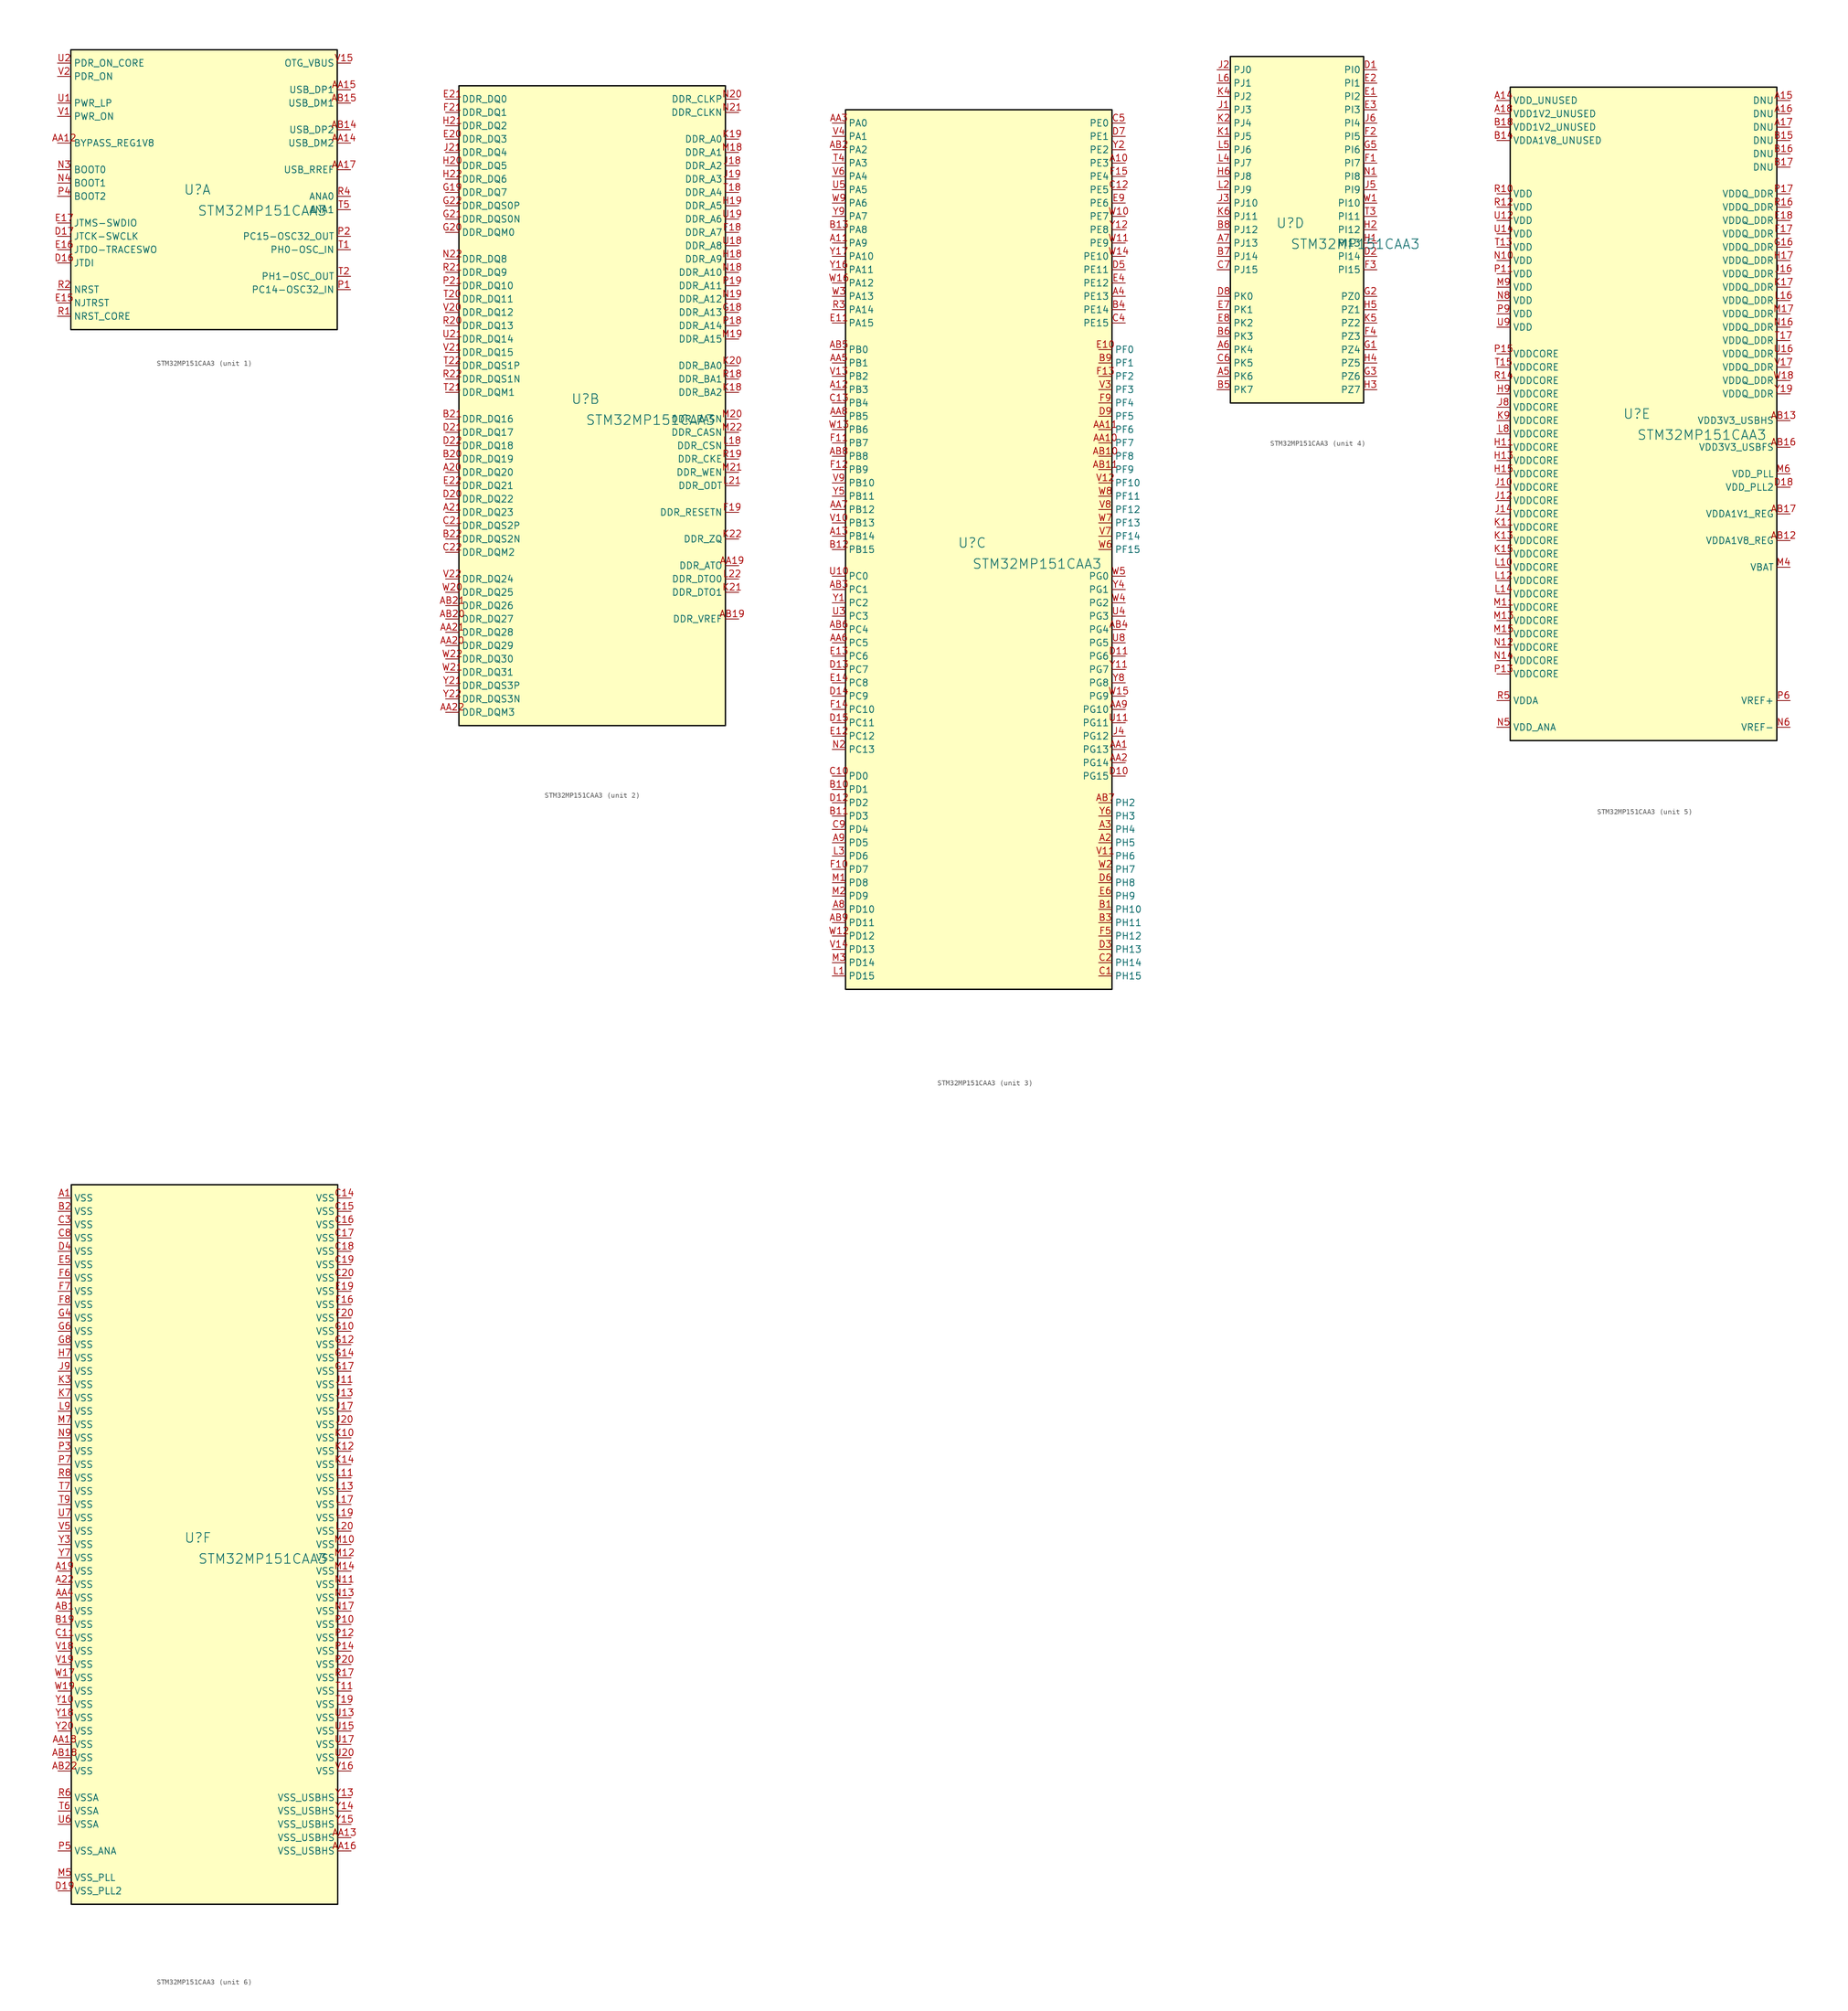
<source format=kicad_sym>
(kicad_symbol_lib
  (version 20231120)
  (generator "kicad_symbol_editor")
  (generator_version "8.0")
  (symbol "STM32MP151CAA3"
    (property "Reference" "U"
      (at -1.27 1.27 0)
      (effects (font (size 1.829 1.829))))
    (property "Value" "STM32MP151CAA3"
      (at -1.27 -3.81 0)
      (effects (font (size 1.829 1.829)) (justify left bottom)))
    (symbol "STM32MP151CAA3_1_0"
      (rectangle (start 25.4 27.94) (end -25.4 -25.4) (stroke (width 0.254) (type solid) (color 0 0 0 1)) (fill (type background)))
      (pin input line (at -27.94 10.16 0) (length 2.54) (name "BYPASS_REG1V8" (effects (font (size 1.27 1.27)))) (number "AA12" (effects (font (size 1.27 1.27)))))
      (pin passive line (at 27.94 10.16 180) (length 2.54) (name "USB_DM2" (effects (font (size 1.27 1.27)))) (number "AA14" (effects (font (size 1.27 1.27)))))
      (pin passive line (at 27.94 20.32 180) (length 2.54) (name "USB_DP1" (effects (font (size 1.27 1.27)))) (number "AA15" (effects (font (size 1.27 1.27)))))
      (pin passive line (at 27.94 5.08 180) (length 2.54) (name "USB_RREF" (effects (font (size 1.27 1.27)))) (number "AA17" (effects (font (size 1.27 1.27)))))
      (pin passive line (at 27.94 12.7 180) (length 2.54) (name "USB_DP2" (effects (font (size 1.27 1.27)))) (number "AB14" (effects (font (size 1.27 1.27)))))
      (pin passive line (at 27.94 17.78 180) (length 2.54) (name "USB_DM1" (effects (font (size 1.27 1.27)))) (number "AB15" (effects (font (size 1.27 1.27)))))
      (pin input line (at -27.94 -12.7 0) (length 2.54) (name "JTDI" (effects (font (size 1.27 1.27)))) (number "D16" (effects (font (size 1.27 1.27)))))
      (pin input line (at -27.94 -7.62 0) (length 2.54) (name "JTCK-SWCLK" (effects (font (size 1.27 1.27)))) (number "D17" (effects (font (size 1.27 1.27)))))
      (pin input line (at -27.94 -20.32 0) (length 2.54) (name "NJTRST" (effects (font (size 1.27 1.27)))) (number "E15" (effects (font (size 1.27 1.27)))))
      (pin output line (at -27.94 -10.16 0) (length 2.54) (name "JTDO-TRACESWO" (effects (font (size 1.27 1.27)))) (number "E16" (effects (font (size 1.27 1.27)))))
      (pin bidirectional line (at -27.94 -5.08 0) (length 2.54) (name "JTMS-SWDIO" (effects (font (size 1.27 1.27)))) (number "E17" (effects (font (size 1.27 1.27)))))
      (pin input line (at -27.94 5.08 0) (length 2.54) (name "BOOT0" (effects (font (size 1.27 1.27)))) (number "N3" (effects (font (size 1.27 1.27)))))
      (pin input line (at -27.94 2.54 0) (length 2.54) (name "BOOT1" (effects (font (size 1.27 1.27)))) (number "N4" (effects (font (size 1.27 1.27)))))
      (pin bidirectional line (at 27.94 -17.78 180) (length 2.54) (name "PC14-OSC32_IN" (effects (font (size 1.27 1.27)))) (number "P1" (effects (font (size 1.27 1.27)))))
      (pin bidirectional line (at 27.94 -7.62 180) (length 2.54) (name "PC15-OSC32_OUT" (effects (font (size 1.27 1.27)))) (number "P2" (effects (font (size 1.27 1.27)))))
      (pin input line (at -27.94 0 0) (length 2.54) (name "BOOT2" (effects (font (size 1.27 1.27)))) (number "P4" (effects (font (size 1.27 1.27)))))
      (pin input line (at -27.94 -22.86 0) (length 2.54) (name "NRST_CORE" (effects (font (size 1.27 1.27)))) (number "R1" (effects (font (size 1.27 1.27)))))
      (pin input line (at -27.94 -17.78 0) (length 2.54) (name "NRST" (effects (font (size 1.27 1.27)))) (number "R2" (effects (font (size 1.27 1.27)))))
      (pin passive line (at 27.94 0 180) (length 2.54) (name "ANA0" (effects (font (size 1.27 1.27)))) (number "R4" (effects (font (size 1.27 1.27)))))
      (pin bidirectional line (at 27.94 -10.16 180) (length 2.54) (name "PH0-OSC_IN" (effects (font (size 1.27 1.27)))) (number "T1" (effects (font (size 1.27 1.27)))))
      (pin bidirectional line (at 27.94 -15.24 180) (length 2.54) (name "PH1-OSC_OUT" (effects (font (size 1.27 1.27)))) (number "T2" (effects (font (size 1.27 1.27)))))
      (pin passive line (at 27.94 -2.54 180) (length 2.54) (name "ANA1" (effects (font (size 1.27 1.27)))) (number "T5" (effects (font (size 1.27 1.27)))))
      (pin output line (at -27.94 17.78 0) (length 2.54) (name "PWR_LP" (effects (font (size 1.27 1.27)))) (number "U1" (effects (font (size 1.27 1.27)))))
      (pin input line (at -27.94 25.4 0) (length 2.54) (name "PDR_ON_CORE" (effects (font (size 1.27 1.27)))) (number "U2" (effects (font (size 1.27 1.27)))))
      (pin output line (at -27.94 15.24 0) (length 2.54) (name "PWR_ON" (effects (font (size 1.27 1.27)))) (number "V1" (effects (font (size 1.27 1.27)))))
      (pin passive line (at 27.94 25.4 180) (length 2.54) (name "OTG_VBUS" (effects (font (size 1.27 1.27)))) (number "V15" (effects (font (size 1.27 1.27)))))
      (pin input line (at -27.94 22.86 0) (length 2.54) (name "PDR_ON" (effects (font (size 1.27 1.27)))) (number "V2" (effects (font (size 1.27 1.27))))))
    (symbol "STM32MP151CAA3_2_0"
      (rectangle (start 25.4 60.96) (end -25.4 -60.96) (stroke (width 0.254) (type solid) (color 0 0 0 1)) (fill (type background)))
      (pin bidirectional line (at -27.94 -12.7 0) (length 2.54) (name "DDR_DQ20" (effects (font (size 1.27 1.27)))) (number "A20" (effects (font (size 1.27 1.27)))))
      (pin bidirectional line (at -27.94 -20.32 0) (length 2.54) (name "DDR_DQ23" (effects (font (size 1.27 1.27)))) (number "A21" (effects (font (size 1.27 1.27)))))
      (pin passive line (at 27.94 -30.48 180) (length 2.54) (name "DDR_ATO" (effects (font (size 1.27 1.27)))) (number "AA19" (effects (font (size 1.27 1.27)))))
      (pin bidirectional line (at -27.94 -45.72 0) (length 2.54) (name "DDR_DQ29" (effects (font (size 1.27 1.27)))) (number "AA20" (effects (font (size 1.27 1.27)))))
      (pin bidirectional line (at -27.94 -43.18 0) (length 2.54) (name "DDR_DQ28" (effects (font (size 1.27 1.27)))) (number "AA21" (effects (font (size 1.27 1.27)))))
      (pin output line (at -27.94 -58.42 0) (length 2.54) (name "DDR_DQM3" (effects (font (size 1.27 1.27)))) (number "AA22" (effects (font (size 1.27 1.27)))))
      (pin passive line (at 27.94 -40.64 180) (length 2.54) (name "DDR_VREF" (effects (font (size 1.27 1.27)))) (number "AB19" (effects (font (size 1.27 1.27)))))
      (pin bidirectional line (at -27.94 -40.64 0) (length 2.54) (name "DDR_DQ27" (effects (font (size 1.27 1.27)))) (number "AB20" (effects (font (size 1.27 1.27)))))
      (pin bidirectional line (at -27.94 -38.1 0) (length 2.54) (name "DDR_DQ26" (effects (font (size 1.27 1.27)))) (number "AB21" (effects (font (size 1.27 1.27)))))
      (pin bidirectional line (at -27.94 -10.16 0) (length 2.54) (name "DDR_DQ19" (effects (font (size 1.27 1.27)))) (number "B20" (effects (font (size 1.27 1.27)))))
      (pin bidirectional line (at -27.94 -2.54 0) (length 2.54) (name "DDR_DQ16" (effects (font (size 1.27 1.27)))) (number "B21" (effects (font (size 1.27 1.27)))))
      (pin bidirectional line (at -27.94 -25.4 0) (length 2.54) (name "DDR_DQS2N" (effects (font (size 1.27 1.27)))) (number "B22" (effects (font (size 1.27 1.27)))))
      (pin bidirectional line (at -27.94 -22.86 0) (length 2.54) (name "DDR_DQS2P" (effects (font (size 1.27 1.27)))) (number "C21" (effects (font (size 1.27 1.27)))))
      (pin output line (at -27.94 -27.94 0) (length 2.54) (name "DDR_DQM2" (effects (font (size 1.27 1.27)))) (number "C22" (effects (font (size 1.27 1.27)))))
      (pin bidirectional line (at -27.94 -17.78 0) (length 2.54) (name "DDR_DQ22" (effects (font (size 1.27 1.27)))) (number "D20" (effects (font (size 1.27 1.27)))))
      (pin bidirectional line (at -27.94 -5.08 0) (length 2.54) (name "DDR_DQ17" (effects (font (size 1.27 1.27)))) (number "D21" (effects (font (size 1.27 1.27)))))
      (pin bidirectional line (at -27.94 -7.62 0) (length 2.54) (name "DDR_DQ18" (effects (font (size 1.27 1.27)))) (number "D22" (effects (font (size 1.27 1.27)))))
      (pin bidirectional line (at -27.94 50.8 0) (length 2.54) (name "DDR_DQ3" (effects (font (size 1.27 1.27)))) (number "E20" (effects (font (size 1.27 1.27)))))
      (pin bidirectional line (at -27.94 58.42 0) (length 2.54) (name "DDR_DQ0" (effects (font (size 1.27 1.27)))) (number "E21" (effects (font (size 1.27 1.27)))))
      (pin bidirectional line (at -27.94 -15.24 0) (length 2.54) (name "DDR_DQ21" (effects (font (size 1.27 1.27)))) (number "E22" (effects (font (size 1.27 1.27)))))
      (pin output line (at 27.94 33.02 180) (length 2.54) (name "DDR_A7" (effects (font (size 1.27 1.27)))) (number "F18" (effects (font (size 1.27 1.27)))))
      (pin output line (at 27.94 -20.32 180) (length 2.54) (name "DDR_RESETN" (effects (font (size 1.27 1.27)))) (number "F19" (effects (font (size 1.27 1.27)))))
      (pin bidirectional line (at -27.94 55.88 0) (length 2.54) (name "DDR_DQ1" (effects (font (size 1.27 1.27)))) (number "F21" (effects (font (size 1.27 1.27)))))
      (pin output line (at 27.94 17.78 180) (length 2.54) (name "DDR_A13" (effects (font (size 1.27 1.27)))) (number "G18" (effects (font (size 1.27 1.27)))))
      (pin bidirectional line (at -27.94 40.64 0) (length 2.54) (name "DDR_DQ7" (effects (font (size 1.27 1.27)))) (number "G19" (effects (font (size 1.27 1.27)))))
      (pin output line (at -27.94 33.02 0) (length 2.54) (name "DDR_DQM0" (effects (font (size 1.27 1.27)))) (number "G20" (effects (font (size 1.27 1.27)))))
      (pin bidirectional line (at -27.94 35.56 0) (length 2.54) (name "DDR_DQS0N" (effects (font (size 1.27 1.27)))) (number "G21" (effects (font (size 1.27 1.27)))))
      (pin bidirectional line (at -27.94 38.1 0) (length 2.54) (name "DDR_DQS0P" (effects (font (size 1.27 1.27)))) (number "G22" (effects (font (size 1.27 1.27)))))
      (pin output line (at 27.94 27.94 180) (length 2.54) (name "DDR_A9" (effects (font (size 1.27 1.27)))) (number "H18" (effects (font (size 1.27 1.27)))))
      (pin output line (at 27.94 38.1 180) (length 2.54) (name "DDR_A5" (effects (font (size 1.27 1.27)))) (number "H19" (effects (font (size 1.27 1.27)))))
      (pin bidirectional line (at -27.94 45.72 0) (length 2.54) (name "DDR_DQ5" (effects (font (size 1.27 1.27)))) (number "H20" (effects (font (size 1.27 1.27)))))
      (pin bidirectional line (at -27.94 53.34 0) (length 2.54) (name "DDR_DQ2" (effects (font (size 1.27 1.27)))) (number "H21" (effects (font (size 1.27 1.27)))))
      (pin bidirectional line (at -27.94 43.18 0) (length 2.54) (name "DDR_DQ6" (effects (font (size 1.27 1.27)))) (number "H22" (effects (font (size 1.27 1.27)))))
      (pin output line (at 27.94 45.72 180) (length 2.54) (name "DDR_A2" (effects (font (size 1.27 1.27)))) (number "J18" (effects (font (size 1.27 1.27)))))
      (pin output line (at 27.94 43.18 180) (length 2.54) (name "DDR_A3" (effects (font (size 1.27 1.27)))) (number "J19" (effects (font (size 1.27 1.27)))))
      (pin bidirectional line (at -27.94 48.26 0) (length 2.54) (name "DDR_DQ4" (effects (font (size 1.27 1.27)))) (number "J21" (effects (font (size 1.27 1.27)))))
      (pin output line (at 27.94 2.54 180) (length 2.54) (name "DDR_BA2" (effects (font (size 1.27 1.27)))) (number "K18" (effects (font (size 1.27 1.27)))))
      (pin output line (at 27.94 50.8 180) (length 2.54) (name "DDR_A0" (effects (font (size 1.27 1.27)))) (number "K19" (effects (font (size 1.27 1.27)))))
      (pin output line (at 27.94 7.62 180) (length 2.54) (name "DDR_BA0" (effects (font (size 1.27 1.27)))) (number "K20" (effects (font (size 1.27 1.27)))))
      (pin output line (at 27.94 -35.56 180) (length 2.54) (name "DDR_DTO1" (effects (font (size 1.27 1.27)))) (number "K21" (effects (font (size 1.27 1.27)))))
      (pin passive line (at 27.94 -25.4 180) (length 2.54) (name "DDR_ZQ" (effects (font (size 1.27 1.27)))) (number "K22" (effects (font (size 1.27 1.27)))))
      (pin output line (at 27.94 -7.62 180) (length 2.54) (name "DDR_CSN" (effects (font (size 1.27 1.27)))) (number "L18" (effects (font (size 1.27 1.27)))))
      (pin output line (at 27.94 -15.24 180) (length 2.54) (name "DDR_ODT" (effects (font (size 1.27 1.27)))) (number "L21" (effects (font (size 1.27 1.27)))))
      (pin output line (at 27.94 -33.02 180) (length 2.54) (name "DDR_DTO0" (effects (font (size 1.27 1.27)))) (number "L22" (effects (font (size 1.27 1.27)))))
      (pin output line (at 27.94 48.26 180) (length 2.54) (name "DDR_A1" (effects (font (size 1.27 1.27)))) (number "M18" (effects (font (size 1.27 1.27)))))
      (pin output line (at 27.94 12.7 180) (length 2.54) (name "DDR_A15" (effects (font (size 1.27 1.27)))) (number "M19" (effects (font (size 1.27 1.27)))))
      (pin output line (at 27.94 -2.54 180) (length 2.54) (name "DDR_RASN" (effects (font (size 1.27 1.27)))) (number "M20" (effects (font (size 1.27 1.27)))))
      (pin output line (at 27.94 -12.7 180) (length 2.54) (name "DDR_WEN" (effects (font (size 1.27 1.27)))) (number "M21" (effects (font (size 1.27 1.27)))))
      (pin output line (at 27.94 -5.08 180) (length 2.54) (name "DDR_CASN" (effects (font (size 1.27 1.27)))) (number "M22" (effects (font (size 1.27 1.27)))))
      (pin output line (at 27.94 25.4 180) (length 2.54) (name "DDR_A10" (effects (font (size 1.27 1.27)))) (number "N18" (effects (font (size 1.27 1.27)))))
      (pin output line (at 27.94 20.32 180) (length 2.54) (name "DDR_A12" (effects (font (size 1.27 1.27)))) (number "N19" (effects (font (size 1.27 1.27)))))
      (pin output line (at 27.94 58.42 180) (length 2.54) (name "DDR_CLKP" (effects (font (size 1.27 1.27)))) (number "N20" (effects (font (size 1.27 1.27)))))
      (pin output line (at 27.94 55.88 180) (length 2.54) (name "DDR_CLKN" (effects (font (size 1.27 1.27)))) (number "N21" (effects (font (size 1.27 1.27)))))
      (pin bidirectional line (at -27.94 27.94 0) (length 2.54) (name "DDR_DQ8" (effects (font (size 1.27 1.27)))) (number "N22" (effects (font (size 1.27 1.27)))))
      (pin output line (at 27.94 15.24 180) (length 2.54) (name "DDR_A14" (effects (font (size 1.27 1.27)))) (number "P18" (effects (font (size 1.27 1.27)))))
      (pin output line (at 27.94 22.86 180) (length 2.54) (name "DDR_A11" (effects (font (size 1.27 1.27)))) (number "P19" (effects (font (size 1.27 1.27)))))
      (pin bidirectional line (at -27.94 22.86 0) (length 2.54) (name "DDR_DQ10" (effects (font (size 1.27 1.27)))) (number "P21" (effects (font (size 1.27 1.27)))))
      (pin output line (at 27.94 5.08 180) (length 2.54) (name "DDR_BA1" (effects (font (size 1.27 1.27)))) (number "R18" (effects (font (size 1.27 1.27)))))
      (pin output line (at 27.94 -10.16 180) (length 2.54) (name "DDR_CKE" (effects (font (size 1.27 1.27)))) (number "R19" (effects (font (size 1.27 1.27)))))
      (pin bidirectional line (at -27.94 15.24 0) (length 2.54) (name "DDR_DQ13" (effects (font (size 1.27 1.27)))) (number "R20" (effects (font (size 1.27 1.27)))))
      (pin bidirectional line (at -27.94 25.4 0) (length 2.54) (name "DDR_DQ9" (effects (font (size 1.27 1.27)))) (number "R21" (effects (font (size 1.27 1.27)))))
      (pin bidirectional line (at -27.94 5.08 0) (length 2.54) (name "DDR_DQS1N" (effects (font (size 1.27 1.27)))) (number "R22" (effects (font (size 1.27 1.27)))))
      (pin output line (at 27.94 40.64 180) (length 2.54) (name "DDR_A4" (effects (font (size 1.27 1.27)))) (number "T18" (effects (font (size 1.27 1.27)))))
      (pin bidirectional line (at -27.94 20.32 0) (length 2.54) (name "DDR_DQ11" (effects (font (size 1.27 1.27)))) (number "T20" (effects (font (size 1.27 1.27)))))
      (pin output line (at -27.94 2.54 0) (length 2.54) (name "DDR_DQM1" (effects (font (size 1.27 1.27)))) (number "T21" (effects (font (size 1.27 1.27)))))
      (pin bidirectional line (at -27.94 7.62 0) (length 2.54) (name "DDR_DQS1P" (effects (font (size 1.27 1.27)))) (number "T22" (effects (font (size 1.27 1.27)))))
      (pin output line (at 27.94 30.48 180) (length 2.54) (name "DDR_A8" (effects (font (size 1.27 1.27)))) (number "U18" (effects (font (size 1.27 1.27)))))
      (pin output line (at 27.94 35.56 180) (length 2.54) (name "DDR_A6" (effects (font (size 1.27 1.27)))) (number "U19" (effects (font (size 1.27 1.27)))))
      (pin bidirectional line (at -27.94 12.7 0) (length 2.54) (name "DDR_DQ14" (effects (font (size 1.27 1.27)))) (number "U21" (effects (font (size 1.27 1.27)))))
      (pin bidirectional line (at -27.94 17.78 0) (length 2.54) (name "DDR_DQ12" (effects (font (size 1.27 1.27)))) (number "V20" (effects (font (size 1.27 1.27)))))
      (pin bidirectional line (at -27.94 10.16 0) (length 2.54) (name "DDR_DQ15" (effects (font (size 1.27 1.27)))) (number "V21" (effects (font (size 1.27 1.27)))))
      (pin bidirectional line (at -27.94 -33.02 0) (length 2.54) (name "DDR_DQ24" (effects (font (size 1.27 1.27)))) (number "V22" (effects (font (size 1.27 1.27)))))
      (pin bidirectional line (at -27.94 -35.56 0) (length 2.54) (name "DDR_DQ25" (effects (font (size 1.27 1.27)))) (number "W20" (effects (font (size 1.27 1.27)))))
      (pin bidirectional line (at -27.94 -50.8 0) (length 2.54) (name "DDR_DQ31" (effects (font (size 1.27 1.27)))) (number "W21" (effects (font (size 1.27 1.27)))))
      (pin bidirectional line (at -27.94 -48.26 0) (length 2.54) (name "DDR_DQ30" (effects (font (size 1.27 1.27)))) (number "W22" (effects (font (size 1.27 1.27)))))
      (pin bidirectional line (at -27.94 -53.34 0) (length 2.54) (name "DDR_DQS3P" (effects (font (size 1.27 1.27)))) (number "Y21" (effects (font (size 1.27 1.27)))))
      (pin bidirectional line (at -27.94 -55.88 0) (length 2.54) (name "DDR_DQS3N" (effects (font (size 1.27 1.27)))) (number "Y22" (effects (font (size 1.27 1.27))))))
    (symbol "STM32MP151CAA3_3_0"
      (rectangle (start 25.4 83.82) (end -25.4 -83.82) (stroke (width 0.254) (type solid) (color 0 0 0 1)) (fill (type background)))
      (pin bidirectional line (at 27.94 73.66 180) (length 2.54) (name "PE3" (effects (font (size 1.27 1.27)))) (number "A10" (effects (font (size 1.27 1.27)))))
      (pin bidirectional line (at -27.94 58.42 0) (length 2.54) (name "PA9" (effects (font (size 1.27 1.27)))) (number "A11" (effects (font (size 1.27 1.27)))))
      (pin bidirectional line (at -27.94 30.48 0) (length 2.54) (name "PB3" (effects (font (size 1.27 1.27)))) (number "A12" (effects (font (size 1.27 1.27)))))
      (pin bidirectional line (at -27.94 2.54 0) (length 2.54) (name "PB14" (effects (font (size 1.27 1.27)))) (number "A13" (effects (font (size 1.27 1.27)))))
      (pin bidirectional line (at 22.86 -55.88 0) (length 2.54) (name "PH5" (effects (font (size 1.27 1.27)))) (number "A2" (effects (font (size 1.27 1.27)))))
      (pin bidirectional line (at 22.86 -53.34 0) (length 2.54) (name "PH4" (effects (font (size 1.27 1.27)))) (number "A3" (effects (font (size 1.27 1.27)))))
      (pin bidirectional line (at 27.94 48.26 180) (length 2.54) (name "PE13" (effects (font (size 1.27 1.27)))) (number "A4" (effects (font (size 1.27 1.27)))))
      (pin bidirectional line (at -27.94 -68.58 0) (length 2.54) (name "PD10" (effects (font (size 1.27 1.27)))) (number "A8" (effects (font (size 1.27 1.27)))))
      (pin bidirectional line (at -27.94 -55.88 0) (length 2.54) (name "PD5" (effects (font (size 1.27 1.27)))) (number "A9" (effects (font (size 1.27 1.27)))))
      (pin bidirectional line (at 27.94 -38.1 180) (length 2.54) (name "PG13" (effects (font (size 1.27 1.27)))) (number "AA1" (effects (font (size 1.27 1.27)))))
      (pin bidirectional line (at 22.86 20.32 0) (length 2.54) (name "PF7" (effects (font (size 1.27 1.27)))) (number "AA10" (effects (font (size 1.27 1.27)))))
      (pin bidirectional line (at 22.86 22.86 0) (length 2.54) (name "PF6" (effects (font (size 1.27 1.27)))) (number "AA11" (effects (font (size 1.27 1.27)))))
      (pin bidirectional line (at 27.94 -40.64 180) (length 2.54) (name "PG14" (effects (font (size 1.27 1.27)))) (number "AA2" (effects (font (size 1.27 1.27)))))
      (pin bidirectional line (at -27.94 81.28 0) (length 2.54) (name "PA0" (effects (font (size 1.27 1.27)))) (number "AA3" (effects (font (size 1.27 1.27)))))
      (pin bidirectional line (at -27.94 35.56 0) (length 2.54) (name "PB1" (effects (font (size 1.27 1.27)))) (number "AA5" (effects (font (size 1.27 1.27)))))
      (pin bidirectional line (at -27.94 -17.78 0) (length 2.54) (name "PC5" (effects (font (size 1.27 1.27)))) (number "AA6" (effects (font (size 1.27 1.27)))))
      (pin bidirectional line (at -27.94 7.62 0) (length 2.54) (name "PB12" (effects (font (size 1.27 1.27)))) (number "AA7" (effects (font (size 1.27 1.27)))))
      (pin bidirectional line (at -27.94 25.4 0) (length 2.54) (name "PB5" (effects (font (size 1.27 1.27)))) (number "AA8" (effects (font (size 1.27 1.27)))))
      (pin bidirectional line (at 27.94 -30.48 180) (length 2.54) (name "PG10" (effects (font (size 1.27 1.27)))) (number "AA9" (effects (font (size 1.27 1.27)))))
      (pin bidirectional line (at 22.86 17.78 0) (length 2.54) (name "PF8" (effects (font (size 1.27 1.27)))) (number "AB10" (effects (font (size 1.27 1.27)))))
      (pin bidirectional line (at 22.86 15.24 0) (length 2.54) (name "PF9" (effects (font (size 1.27 1.27)))) (number "AB11" (effects (font (size 1.27 1.27)))))
      (pin bidirectional line (at -27.94 76.2 0) (length 2.54) (name "PA2" (effects (font (size 1.27 1.27)))) (number "AB2" (effects (font (size 1.27 1.27)))))
      (pin bidirectional line (at -27.94 -7.62 0) (length 2.54) (name "PC1" (effects (font (size 1.27 1.27)))) (number "AB3" (effects (font (size 1.27 1.27)))))
      (pin bidirectional line (at 27.94 -15.24 180) (length 2.54) (name "PG4" (effects (font (size 1.27 1.27)))) (number "AB4" (effects (font (size 1.27 1.27)))))
      (pin bidirectional line (at -27.94 38.1 0) (length 2.54) (name "PB0" (effects (font (size 1.27 1.27)))) (number "AB5" (effects (font (size 1.27 1.27)))))
      (pin bidirectional line (at -27.94 -15.24 0) (length 2.54) (name "PC4" (effects (font (size 1.27 1.27)))) (number "AB6" (effects (font (size 1.27 1.27)))))
      (pin bidirectional line (at 22.86 -48.26 0) (length 2.54) (name "PH2" (effects (font (size 1.27 1.27)))) (number "AB7" (effects (font (size 1.27 1.27)))))
      (pin bidirectional line (at -27.94 17.78 0) (length 2.54) (name "PB8" (effects (font (size 1.27 1.27)))) (number "AB8" (effects (font (size 1.27 1.27)))))
      (pin bidirectional line (at -27.94 -71.12 0) (length 2.54) (name "PD11" (effects (font (size 1.27 1.27)))) (number "AB9" (effects (font (size 1.27 1.27)))))
      (pin bidirectional line (at 22.86 -68.58 0) (length 2.54) (name "PH10" (effects (font (size 1.27 1.27)))) (number "B1" (effects (font (size 1.27 1.27)))))
      (pin bidirectional line (at -27.94 -45.72 0) (length 2.54) (name "PD1" (effects (font (size 1.27 1.27)))) (number "B10" (effects (font (size 1.27 1.27)))))
      (pin bidirectional line (at -27.94 -50.8 0) (length 2.54) (name "PD3" (effects (font (size 1.27 1.27)))) (number "B11" (effects (font (size 1.27 1.27)))))
      (pin bidirectional line (at -27.94 0 0) (length 2.54) (name "PB15" (effects (font (size 1.27 1.27)))) (number "B12" (effects (font (size 1.27 1.27)))))
      (pin bidirectional line (at -27.94 60.96 0) (length 2.54) (name "PA8" (effects (font (size 1.27 1.27)))) (number "B13" (effects (font (size 1.27 1.27)))))
      (pin bidirectional line (at 22.86 -71.12 0) (length 2.54) (name "PH11" (effects (font (size 1.27 1.27)))) (number "B3" (effects (font (size 1.27 1.27)))))
      (pin bidirectional line (at 27.94 45.72 180) (length 2.54) (name "PE14" (effects (font (size 1.27 1.27)))) (number "B4" (effects (font (size 1.27 1.27)))))
      (pin bidirectional line (at 22.86 35.56 0) (length 2.54) (name "PF1" (effects (font (size 1.27 1.27)))) (number "B9" (effects (font (size 1.27 1.27)))))
      (pin bidirectional line (at 22.86 -81.28 0) (length 2.54) (name "PH15" (effects (font (size 1.27 1.27)))) (number "C1" (effects (font (size 1.27 1.27)))))
      (pin bidirectional line (at -27.94 -43.18 0) (length 2.54) (name "PD0" (effects (font (size 1.27 1.27)))) (number "C10" (effects (font (size 1.27 1.27)))))
      (pin bidirectional line (at 27.94 68.58 180) (length 2.54) (name "PE5" (effects (font (size 1.27 1.27)))) (number "C12" (effects (font (size 1.27 1.27)))))
      (pin bidirectional line (at -27.94 27.94 0) (length 2.54) (name "PB4" (effects (font (size 1.27 1.27)))) (number "C13" (effects (font (size 1.27 1.27)))))
      (pin bidirectional line (at 22.86 -78.74 0) (length 2.54) (name "PH14" (effects (font (size 1.27 1.27)))) (number "C2" (effects (font (size 1.27 1.27)))))
      (pin bidirectional line (at 27.94 43.18 180) (length 2.54) (name "PE15" (effects (font (size 1.27 1.27)))) (number "C4" (effects (font (size 1.27 1.27)))))
      (pin bidirectional line (at 27.94 81.28 180) (length 2.54) (name "PE0" (effects (font (size 1.27 1.27)))) (number "C5" (effects (font (size 1.27 1.27)))))
      (pin bidirectional line (at -27.94 -53.34 0) (length 2.54) (name "PD4" (effects (font (size 1.27 1.27)))) (number "C9" (effects (font (size 1.27 1.27)))))
      (pin bidirectional line (at 27.94 -43.18 180) (length 2.54) (name "PG15" (effects (font (size 1.27 1.27)))) (number "D10" (effects (font (size 1.27 1.27)))))
      (pin bidirectional line (at 27.94 -20.32 180) (length 2.54) (name "PG6" (effects (font (size 1.27 1.27)))) (number "D11" (effects (font (size 1.27 1.27)))))
      (pin bidirectional line (at -27.94 -48.26 0) (length 2.54) (name "PD2" (effects (font (size 1.27 1.27)))) (number "D12" (effects (font (size 1.27 1.27)))))
      (pin bidirectional line (at -27.94 -22.86 0) (length 2.54) (name "PC7" (effects (font (size 1.27 1.27)))) (number "D13" (effects (font (size 1.27 1.27)))))
      (pin bidirectional line (at -27.94 -27.94 0) (length 2.54) (name "PC9" (effects (font (size 1.27 1.27)))) (number "D14" (effects (font (size 1.27 1.27)))))
      (pin bidirectional line (at -27.94 -33.02 0) (length 2.54) (name "PC11" (effects (font (size 1.27 1.27)))) (number "D15" (effects (font (size 1.27 1.27)))))
      (pin bidirectional line (at 22.86 -76.2 0) (length 2.54) (name "PH13" (effects (font (size 1.27 1.27)))) (number "D3" (effects (font (size 1.27 1.27)))))
      (pin bidirectional line (at 27.94 53.34 180) (length 2.54) (name "PE11" (effects (font (size 1.27 1.27)))) (number "D5" (effects (font (size 1.27 1.27)))))
      (pin bidirectional line (at 22.86 -63.5 0) (length 2.54) (name "PH8" (effects (font (size 1.27 1.27)))) (number "D6" (effects (font (size 1.27 1.27)))))
      (pin bidirectional line (at 27.94 78.74 180) (length 2.54) (name "PE1" (effects (font (size 1.27 1.27)))) (number "D7" (effects (font (size 1.27 1.27)))))
      (pin bidirectional line (at 22.86 25.4 0) (length 2.54) (name "PF5" (effects (font (size 1.27 1.27)))) (number "D9" (effects (font (size 1.27 1.27)))))
      (pin bidirectional line (at 22.86 38.1 0) (length 2.54) (name "PF0" (effects (font (size 1.27 1.27)))) (number "E10" (effects (font (size 1.27 1.27)))))
      (pin bidirectional line (at -27.94 43.18 0) (length 2.54) (name "PA15" (effects (font (size 1.27 1.27)))) (number "E11" (effects (font (size 1.27 1.27)))))
      (pin bidirectional line (at -27.94 -35.56 0) (length 2.54) (name "PC12" (effects (font (size 1.27 1.27)))) (number "E12" (effects (font (size 1.27 1.27)))))
      (pin bidirectional line (at -27.94 -20.32 0) (length 2.54) (name "PC6" (effects (font (size 1.27 1.27)))) (number "E13" (effects (font (size 1.27 1.27)))))
      (pin bidirectional line (at -27.94 -25.4 0) (length 2.54) (name "PC8" (effects (font (size 1.27 1.27)))) (number "E14" (effects (font (size 1.27 1.27)))))
      (pin bidirectional line (at 27.94 50.8 180) (length 2.54) (name "PE12" (effects (font (size 1.27 1.27)))) (number "E4" (effects (font (size 1.27 1.27)))))
      (pin bidirectional line (at 22.86 -66.04 0) (length 2.54) (name "PH9" (effects (font (size 1.27 1.27)))) (number "E6" (effects (font (size 1.27 1.27)))))
      (pin bidirectional line (at 27.94 66.04 180) (length 2.54) (name "PE6" (effects (font (size 1.27 1.27)))) (number "E9" (effects (font (size 1.27 1.27)))))
      (pin bidirectional line (at -27.94 -60.96 0) (length 2.54) (name "PD7" (effects (font (size 1.27 1.27)))) (number "F10" (effects (font (size 1.27 1.27)))))
      (pin bidirectional line (at -27.94 20.32 0) (length 2.54) (name "PB7" (effects (font (size 1.27 1.27)))) (number "F11" (effects (font (size 1.27 1.27)))))
      (pin bidirectional line (at -27.94 15.24 0) (length 2.54) (name "PB9" (effects (font (size 1.27 1.27)))) (number "F12" (effects (font (size 1.27 1.27)))))
      (pin bidirectional line (at 22.86 33.02 0) (length 2.54) (name "PF2" (effects (font (size 1.27 1.27)))) (number "F13" (effects (font (size 1.27 1.27)))))
      (pin bidirectional line (at -27.94 -30.48 0) (length 2.54) (name "PC10" (effects (font (size 1.27 1.27)))) (number "F14" (effects (font (size 1.27 1.27)))))
      (pin bidirectional line (at 27.94 71.12 180) (length 2.54) (name "PE4" (effects (font (size 1.27 1.27)))) (number "F15" (effects (font (size 1.27 1.27)))))
      (pin bidirectional line (at 22.86 -73.66 0) (length 2.54) (name "PH12" (effects (font (size 1.27 1.27)))) (number "F5" (effects (font (size 1.27 1.27)))))
      (pin bidirectional line (at 22.86 27.94 0) (length 2.54) (name "PF4" (effects (font (size 1.27 1.27)))) (number "F9" (effects (font (size 1.27 1.27)))))
      (pin bidirectional line (at 27.94 -35.56 180) (length 2.54) (name "PG12" (effects (font (size 1.27 1.27)))) (number "J4" (effects (font (size 1.27 1.27)))))
      (pin bidirectional line (at -27.94 -81.28 0) (length 2.54) (name "PD15" (effects (font (size 1.27 1.27)))) (number "L1" (effects (font (size 1.27 1.27)))))
      (pin bidirectional line (at -27.94 -58.42 0) (length 2.54) (name "PD6" (effects (font (size 1.27 1.27)))) (number "L3" (effects (font (size 1.27 1.27)))))
      (pin bidirectional line (at -27.94 -63.5 0) (length 2.54) (name "PD8" (effects (font (size 1.27 1.27)))) (number "M1" (effects (font (size 1.27 1.27)))))
      (pin bidirectional line (at -27.94 -66.04 0) (length 2.54) (name "PD9" (effects (font (size 1.27 1.27)))) (number "M2" (effects (font (size 1.27 1.27)))))
      (pin bidirectional line (at -27.94 -78.74 0) (length 2.54) (name "PD14" (effects (font (size 1.27 1.27)))) (number "M3" (effects (font (size 1.27 1.27)))))
      (pin bidirectional line (at -27.94 -38.1 0) (length 2.54) (name "PC13" (effects (font (size 1.27 1.27)))) (number "N2" (effects (font (size 1.27 1.27)))))
      (pin bidirectional line (at -27.94 45.72 0) (length 2.54) (name "PA14" (effects (font (size 1.27 1.27)))) (number "R3" (effects (font (size 1.27 1.27)))))
      (pin bidirectional line (at -27.94 73.66 0) (length 2.54) (name "PA3" (effects (font (size 1.27 1.27)))) (number "T4" (effects (font (size 1.27 1.27)))))
      (pin bidirectional line (at -27.94 -5.08 0) (length 2.54) (name "PC0" (effects (font (size 1.27 1.27)))) (number "U10" (effects (font (size 1.27 1.27)))))
      (pin bidirectional line (at 27.94 -33.02 180) (length 2.54) (name "PG11" (effects (font (size 1.27 1.27)))) (number "U11" (effects (font (size 1.27 1.27)))))
      (pin bidirectional line (at -27.94 -12.7 0) (length 2.54) (name "PC3" (effects (font (size 1.27 1.27)))) (number "U3" (effects (font (size 1.27 1.27)))))
      (pin bidirectional line (at 27.94 -12.7 180) (length 2.54) (name "PG3" (effects (font (size 1.27 1.27)))) (number "U4" (effects (font (size 1.27 1.27)))))
      (pin bidirectional line (at -27.94 68.58 0) (length 2.54) (name "PA5" (effects (font (size 1.27 1.27)))) (number "U5" (effects (font (size 1.27 1.27)))))
      (pin bidirectional line (at 27.94 -17.78 180) (length 2.54) (name "PG5" (effects (font (size 1.27 1.27)))) (number "U8" (effects (font (size 1.27 1.27)))))
      (pin bidirectional line (at -27.94 5.08 0) (length 2.54) (name "PB13" (effects (font (size 1.27 1.27)))) (number "V10" (effects (font (size 1.27 1.27)))))
      (pin bidirectional line (at 22.86 -58.42 0) (length 2.54) (name "PH6" (effects (font (size 1.27 1.27)))) (number "V11" (effects (font (size 1.27 1.27)))))
      (pin bidirectional line (at 22.86 12.7 0) (length 2.54) (name "PF10" (effects (font (size 1.27 1.27)))) (number "V12" (effects (font (size 1.27 1.27)))))
      (pin bidirectional line (at -27.94 33.02 0) (length 2.54) (name "PB2" (effects (font (size 1.27 1.27)))) (number "V13" (effects (font (size 1.27 1.27)))))
      (pin bidirectional line (at -27.94 -76.2 0) (length 2.54) (name "PD13" (effects (font (size 1.27 1.27)))) (number "V14" (effects (font (size 1.27 1.27)))))
      (pin bidirectional line (at 22.86 30.48 0) (length 2.54) (name "PF3" (effects (font (size 1.27 1.27)))) (number "V3" (effects (font (size 1.27 1.27)))))
      (pin bidirectional line (at -27.94 78.74 0) (length 2.54) (name "PA1" (effects (font (size 1.27 1.27)))) (number "V4" (effects (font (size 1.27 1.27)))))
      (pin bidirectional line (at -27.94 71.12 0) (length 2.54) (name "PA4" (effects (font (size 1.27 1.27)))) (number "V6" (effects (font (size 1.27 1.27)))))
      (pin bidirectional line (at 22.86 2.54 0) (length 2.54) (name "PF14" (effects (font (size 1.27 1.27)))) (number "V7" (effects (font (size 1.27 1.27)))))
      (pin bidirectional line (at 22.86 7.62 0) (length 2.54) (name "PF12" (effects (font (size 1.27 1.27)))) (number "V8" (effects (font (size 1.27 1.27)))))
      (pin bidirectional line (at -27.94 12.7 0) (length 2.54) (name "PB10" (effects (font (size 1.27 1.27)))) (number "V9" (effects (font (size 1.27 1.27)))))
      (pin bidirectional line (at 27.94 63.5 180) (length 2.54) (name "PE7" (effects (font (size 1.27 1.27)))) (number "W10" (effects (font (size 1.27 1.27)))))
      (pin bidirectional line (at 27.94 58.42 180) (length 2.54) (name "PE9" (effects (font (size 1.27 1.27)))) (number "W11" (effects (font (size 1.27 1.27)))))
      (pin bidirectional line (at -27.94 -73.66 0) (length 2.54) (name "PD12" (effects (font (size 1.27 1.27)))) (number "W12" (effects (font (size 1.27 1.27)))))
      (pin bidirectional line (at -27.94 22.86 0) (length 2.54) (name "PB6" (effects (font (size 1.27 1.27)))) (number "W13" (effects (font (size 1.27 1.27)))))
      (pin bidirectional line (at 27.94 55.88 180) (length 2.54) (name "PE10" (effects (font (size 1.27 1.27)))) (number "W14" (effects (font (size 1.27 1.27)))))
      (pin bidirectional line (at 27.94 -27.94 180) (length 2.54) (name "PG9" (effects (font (size 1.27 1.27)))) (number "W15" (effects (font (size 1.27 1.27)))))
      (pin bidirectional line (at -27.94 50.8 0) (length 2.54) (name "PA12" (effects (font (size 1.27 1.27)))) (number "W16" (effects (font (size 1.27 1.27)))))
      (pin bidirectional line (at 22.86 -60.96 0) (length 2.54) (name "PH7" (effects (font (size 1.27 1.27)))) (number "W2" (effects (font (size 1.27 1.27)))))
      (pin bidirectional line (at -27.94 48.26 0) (length 2.54) (name "PA13" (effects (font (size 1.27 1.27)))) (number "W3" (effects (font (size 1.27 1.27)))))
      (pin bidirectional line (at 27.94 -10.16 180) (length 2.54) (name "PG2" (effects (font (size 1.27 1.27)))) (number "W4" (effects (font (size 1.27 1.27)))))
      (pin bidirectional line (at 27.94 -5.08 180) (length 2.54) (name "PG0" (effects (font (size 1.27 1.27)))) (number "W5" (effects (font (size 1.27 1.27)))))
      (pin bidirectional line (at 22.86 0 0) (length 2.54) (name "PF15" (effects (font (size 1.27 1.27)))) (number "W6" (effects (font (size 1.27 1.27)))))
      (pin bidirectional line (at 22.86 5.08 0) (length 2.54) (name "PF13" (effects (font (size 1.27 1.27)))) (number "W7" (effects (font (size 1.27 1.27)))))
      (pin bidirectional line (at 22.86 10.16 0) (length 2.54) (name "PF11" (effects (font (size 1.27 1.27)))) (number "W8" (effects (font (size 1.27 1.27)))))
      (pin bidirectional line (at -27.94 66.04 0) (length 2.54) (name "PA6" (effects (font (size 1.27 1.27)))) (number "W9" (effects (font (size 1.27 1.27)))))
      (pin bidirectional line (at -27.94 -10.16 0) (length 2.54) (name "PC2" (effects (font (size 1.27 1.27)))) (number "Y1" (effects (font (size 1.27 1.27)))))
      (pin bidirectional line (at 27.94 -22.86 180) (length 2.54) (name "PG7" (effects (font (size 1.27 1.27)))) (number "Y11" (effects (font (size 1.27 1.27)))))
      (pin bidirectional line (at 27.94 60.96 180) (length 2.54) (name "PE8" (effects (font (size 1.27 1.27)))) (number "Y12" (effects (font (size 1.27 1.27)))))
      (pin bidirectional line (at -27.94 53.34 0) (length 2.54) (name "PA11" (effects (font (size 1.27 1.27)))) (number "Y16" (effects (font (size 1.27 1.27)))))
      (pin bidirectional line (at -27.94 55.88 0) (length 2.54) (name "PA10" (effects (font (size 1.27 1.27)))) (number "Y17" (effects (font (size 1.27 1.27)))))
      (pin bidirectional line (at 27.94 76.2 180) (length 2.54) (name "PE2" (effects (font (size 1.27 1.27)))) (number "Y2" (effects (font (size 1.27 1.27)))))
      (pin bidirectional line (at 27.94 -7.62 180) (length 2.54) (name "PG1" (effects (font (size 1.27 1.27)))) (number "Y4" (effects (font (size 1.27 1.27)))))
      (pin bidirectional line (at -27.94 10.16 0) (length 2.54) (name "PB11" (effects (font (size 1.27 1.27)))) (number "Y5" (effects (font (size 1.27 1.27)))))
      (pin bidirectional line (at 22.86 -50.8 0) (length 2.54) (name "PH3" (effects (font (size 1.27 1.27)))) (number "Y6" (effects (font (size 1.27 1.27)))))
      (pin bidirectional line (at 27.94 -25.4 180) (length 2.54) (name "PG8" (effects (font (size 1.27 1.27)))) (number "Y8" (effects (font (size 1.27 1.27)))))
      (pin bidirectional line (at -27.94 63.5 0) (length 2.54) (name "PA7" (effects (font (size 1.27 1.27)))) (number "Y9" (effects (font (size 1.27 1.27))))))
    (symbol "STM32MP151CAA3_4_0"
      (rectangle (start 12.7 33.02) (end -12.7 -33.02) (stroke (width 0.254) (type solid) (color 0 0 0 1)) (fill (type background)))
      (pin bidirectional line (at -15.24 -27.94 0) (length 2.54) (name "PK6" (effects (font (size 1.27 1.27)))) (number "A5" (effects (font (size 1.27 1.27)))))
      (pin bidirectional line (at -15.24 -22.86 0) (length 2.54) (name "PK4" (effects (font (size 1.27 1.27)))) (number "A6" (effects (font (size 1.27 1.27)))))
      (pin bidirectional line (at -15.24 -2.54 0) (length 2.54) (name "PJ13" (effects (font (size 1.27 1.27)))) (number "A7" (effects (font (size 1.27 1.27)))))
      (pin bidirectional line (at -15.24 -30.48 0) (length 2.54) (name "PK7" (effects (font (size 1.27 1.27)))) (number "B5" (effects (font (size 1.27 1.27)))))
      (pin bidirectional line (at -15.24 -20.32 0) (length 2.54) (name "PK3" (effects (font (size 1.27 1.27)))) (number "B6" (effects (font (size 1.27 1.27)))))
      (pin bidirectional line (at -15.24 -5.08 0) (length 2.54) (name "PJ14" (effects (font (size 1.27 1.27)))) (number "B7" (effects (font (size 1.27 1.27)))))
      (pin bidirectional line (at -15.24 0 0) (length 2.54) (name "PJ12" (effects (font (size 1.27 1.27)))) (number "B8" (effects (font (size 1.27 1.27)))))
      (pin bidirectional line (at -15.24 -25.4 0) (length 2.54) (name "PK5" (effects (font (size 1.27 1.27)))) (number "C6" (effects (font (size 1.27 1.27)))))
      (pin bidirectional line (at -15.24 -7.62 0) (length 2.54) (name "PJ15" (effects (font (size 1.27 1.27)))) (number "C7" (effects (font (size 1.27 1.27)))))
      (pin bidirectional line (at 15.24 30.48 180) (length 2.54) (name "PI0" (effects (font (size 1.27 1.27)))) (number "D1" (effects (font (size 1.27 1.27)))))
      (pin bidirectional line (at 15.24 -5.08 180) (length 2.54) (name "PI14" (effects (font (size 1.27 1.27)))) (number "D2" (effects (font (size 1.27 1.27)))))
      (pin bidirectional line (at -15.24 -12.7 0) (length 2.54) (name "PK0" (effects (font (size 1.27 1.27)))) (number "D8" (effects (font (size 1.27 1.27)))))
      (pin bidirectional line (at 15.24 25.4 180) (length 2.54) (name "PI2" (effects (font (size 1.27 1.27)))) (number "E1" (effects (font (size 1.27 1.27)))))
      (pin bidirectional line (at 15.24 27.94 180) (length 2.54) (name "PI1" (effects (font (size 1.27 1.27)))) (number "E2" (effects (font (size 1.27 1.27)))))
      (pin bidirectional line (at 15.24 22.86 180) (length 2.54) (name "PI3" (effects (font (size 1.27 1.27)))) (number "E3" (effects (font (size 1.27 1.27)))))
      (pin bidirectional line (at -15.24 -15.24 0) (length 2.54) (name "PK1" (effects (font (size 1.27 1.27)))) (number "E7" (effects (font (size 1.27 1.27)))))
      (pin bidirectional line (at -15.24 -17.78 0) (length 2.54) (name "PK2" (effects (font (size 1.27 1.27)))) (number "E8" (effects (font (size 1.27 1.27)))))
      (pin bidirectional line (at 15.24 12.7 180) (length 2.54) (name "PI7" (effects (font (size 1.27 1.27)))) (number "F1" (effects (font (size 1.27 1.27)))))
      (pin bidirectional line (at 15.24 17.78 180) (length 2.54) (name "PI5" (effects (font (size 1.27 1.27)))) (number "F2" (effects (font (size 1.27 1.27)))))
      (pin bidirectional line (at 15.24 -7.62 180) (length 2.54) (name "PI15" (effects (font (size 1.27 1.27)))) (number "F3" (effects (font (size 1.27 1.27)))))
      (pin bidirectional line (at 15.24 -20.32 180) (length 2.54) (name "PZ3" (effects (font (size 1.27 1.27)))) (number "F4" (effects (font (size 1.27 1.27)))))
      (pin bidirectional line (at 15.24 -22.86 180) (length 2.54) (name "PZ4" (effects (font (size 1.27 1.27)))) (number "G1" (effects (font (size 1.27 1.27)))))
      (pin bidirectional line (at 15.24 -12.7 180) (length 2.54) (name "PZ0" (effects (font (size 1.27 1.27)))) (number "G2" (effects (font (size 1.27 1.27)))))
      (pin bidirectional line (at 15.24 -27.94 180) (length 2.54) (name "PZ6" (effects (font (size 1.27 1.27)))) (number "G3" (effects (font (size 1.27 1.27)))))
      (pin bidirectional line (at 15.24 15.24 180) (length 2.54) (name "PI6" (effects (font (size 1.27 1.27)))) (number "G5" (effects (font (size 1.27 1.27)))))
      (pin bidirectional line (at 15.24 -2.54 180) (length 2.54) (name "PI13" (effects (font (size 1.27 1.27)))) (number "H1" (effects (font (size 1.27 1.27)))))
      (pin bidirectional line (at 15.24 0 180) (length 2.54) (name "PI12" (effects (font (size 1.27 1.27)))) (number "H2" (effects (font (size 1.27 1.27)))))
      (pin bidirectional line (at 15.24 -30.48 180) (length 2.54) (name "PZ7" (effects (font (size 1.27 1.27)))) (number "H3" (effects (font (size 1.27 1.27)))))
      (pin bidirectional line (at 15.24 -25.4 180) (length 2.54) (name "PZ5" (effects (font (size 1.27 1.27)))) (number "H4" (effects (font (size 1.27 1.27)))))
      (pin bidirectional line (at 15.24 -15.24 180) (length 2.54) (name "PZ1" (effects (font (size 1.27 1.27)))) (number "H5" (effects (font (size 1.27 1.27)))))
      (pin bidirectional line (at -15.24 10.16 0) (length 2.54) (name "PJ8" (effects (font (size 1.27 1.27)))) (number "H6" (effects (font (size 1.27 1.27)))))
      (pin bidirectional line (at -15.24 22.86 0) (length 2.54) (name "PJ3" (effects (font (size 1.27 1.27)))) (number "J1" (effects (font (size 1.27 1.27)))))
      (pin bidirectional line (at -15.24 30.48 0) (length 2.54) (name "PJ0" (effects (font (size 1.27 1.27)))) (number "J2" (effects (font (size 1.27 1.27)))))
      (pin bidirectional line (at -15.24 5.08 0) (length 2.54) (name "PJ10" (effects (font (size 1.27 1.27)))) (number "J3" (effects (font (size 1.27 1.27)))))
      (pin bidirectional line (at 15.24 7.62 180) (length 2.54) (name "PI9" (effects (font (size 1.27 1.27)))) (number "J5" (effects (font (size 1.27 1.27)))))
      (pin bidirectional line (at 15.24 20.32 180) (length 2.54) (name "PI4" (effects (font (size 1.27 1.27)))) (number "J6" (effects (font (size 1.27 1.27)))))
      (pin bidirectional line (at -15.24 17.78 0) (length 2.54) (name "PJ5" (effects (font (size 1.27 1.27)))) (number "K1" (effects (font (size 1.27 1.27)))))
      (pin bidirectional line (at -15.24 20.32 0) (length 2.54) (name "PJ4" (effects (font (size 1.27 1.27)))) (number "K2" (effects (font (size 1.27 1.27)))))
      (pin bidirectional line (at -15.24 25.4 0) (length 2.54) (name "PJ2" (effects (font (size 1.27 1.27)))) (number "K4" (effects (font (size 1.27 1.27)))))
      (pin bidirectional line (at 15.24 -17.78 180) (length 2.54) (name "PZ2" (effects (font (size 1.27 1.27)))) (number "K5" (effects (font (size 1.27 1.27)))))
      (pin bidirectional line (at -15.24 2.54 0) (length 2.54) (name "PJ11" (effects (font (size 1.27 1.27)))) (number "K6" (effects (font (size 1.27 1.27)))))
      (pin bidirectional line (at -15.24 7.62 0) (length 2.54) (name "PJ9" (effects (font (size 1.27 1.27)))) (number "L2" (effects (font (size 1.27 1.27)))))
      (pin bidirectional line (at -15.24 12.7 0) (length 2.54) (name "PJ7" (effects (font (size 1.27 1.27)))) (number "L4" (effects (font (size 1.27 1.27)))))
      (pin bidirectional line (at -15.24 15.24 0) (length 2.54) (name "PJ6" (effects (font (size 1.27 1.27)))) (number "L5" (effects (font (size 1.27 1.27)))))
      (pin bidirectional line (at -15.24 27.94 0) (length 2.54) (name "PJ1" (effects (font (size 1.27 1.27)))) (number "L6" (effects (font (size 1.27 1.27)))))
      (pin bidirectional line (at 15.24 10.16 180) (length 2.54) (name "PI8" (effects (font (size 1.27 1.27)))) (number "N1" (effects (font (size 1.27 1.27)))))
      (pin bidirectional line (at 15.24 2.54 180) (length 2.54) (name "PI11" (effects (font (size 1.27 1.27)))) (number "T3" (effects (font (size 1.27 1.27)))))
      (pin bidirectional line (at 15.24 5.08 180) (length 2.54) (name "PI10" (effects (font (size 1.27 1.27)))) (number "W1" (effects (font (size 1.27 1.27))))))
    (symbol "STM32MP151CAA3_5_0"
      (rectangle (start 25.4 63.5) (end -25.4 -60.96) (stroke (width 0.254) (type solid) (color 0 0 0 1)) (fill (type background)))
      (pin power_in line (at -27.94 60.96 0) (length 2.54) (name "VDD_UNUSED" (effects (font (size 1.27 1.27)))) (number "A14" (effects (font (size 1.27 1.27)))))
      (pin passive line (at 27.94 60.96 180) (length 2.54) (name "DNU" (effects (font (size 1.27 1.27)))) (number "A15" (effects (font (size 1.27 1.27)))))
      (pin passive line (at 27.94 58.42 180) (length 2.54) (name "DNU" (effects (font (size 1.27 1.27)))) (number "A16" (effects (font (size 1.27 1.27)))))
      (pin passive line (at 27.94 55.88 180) (length 2.54) (name "DNU" (effects (font (size 1.27 1.27)))) (number "A17" (effects (font (size 1.27 1.27)))))
      (pin power_in line (at -27.94 58.42 0) (length 2.54) (name "VDD1V2_UNUSED" (effects (font (size 1.27 1.27)))) (number "A18" (effects (font (size 1.27 1.27)))))
      (pin power_in line (at 27.94 -22.86 180) (length 2.54) (name "VDDA1V8_REG" (effects (font (size 1.27 1.27)))) (number "AB12" (effects (font (size 1.27 1.27)))))
      (pin power_in line (at 27.94 0 180) (length 2.54) (name "VDD3V3_USBHS" (effects (font (size 1.27 1.27)))) (number "AB13" (effects (font (size 1.27 1.27)))))
      (pin power_in line (at 27.94 -5.08 180) (length 2.54) (name "VDD3V3_USBFS" (effects (font (size 1.27 1.27)))) (number "AB16" (effects (font (size 1.27 1.27)))))
      (pin power_in line (at 27.94 -17.78 180) (length 2.54) (name "VDDA1V1_REG" (effects (font (size 1.27 1.27)))) (number "AB17" (effects (font (size 1.27 1.27)))))
      (pin power_in line (at -27.94 53.34 0) (length 2.54) (name "VDDA1V8_UNUSED" (effects (font (size 1.27 1.27)))) (number "B14" (effects (font (size 1.27 1.27)))))
      (pin passive line (at 27.94 53.34 180) (length 2.54) (name "DNU" (effects (font (size 1.27 1.27)))) (number "B15" (effects (font (size 1.27 1.27)))))
      (pin passive line (at 27.94 50.8 180) (length 2.54) (name "DNU" (effects (font (size 1.27 1.27)))) (number "B16" (effects (font (size 1.27 1.27)))))
      (pin passive line (at 27.94 48.26 180) (length 2.54) (name "DNU" (effects (font (size 1.27 1.27)))) (number "B17" (effects (font (size 1.27 1.27)))))
      (pin power_in line (at -27.94 55.88 0) (length 2.54) (name "VDD1V2_UNUSED" (effects (font (size 1.27 1.27)))) (number "B18" (effects (font (size 1.27 1.27)))))
      (pin power_in line (at 27.94 -12.7 180) (length 2.54) (name "VDD_PLL2" (effects (font (size 1.27 1.27)))) (number "D18" (effects (font (size 1.27 1.27)))))
      (pin power_in line (at 27.94 38.1 180) (length 2.54) (name "VDDQ_DDR" (effects (font (size 1.27 1.27)))) (number "E18" (effects (font (size 1.27 1.27)))))
      (pin power_in line (at 27.94 35.56 180) (length 2.54) (name "VDDQ_DDR" (effects (font (size 1.27 1.27)))) (number "F17" (effects (font (size 1.27 1.27)))))
      (pin power_in line (at 27.94 33.02 180) (length 2.54) (name "VDDQ_DDR" (effects (font (size 1.27 1.27)))) (number "G16" (effects (font (size 1.27 1.27)))))
      (pin power_in line (at -27.94 -5.08 0) (length 2.54) (name "VDDCORE" (effects (font (size 1.27 1.27)))) (number "H11" (effects (font (size 1.27 1.27)))))
      (pin power_in line (at -27.94 -7.62 0) (length 2.54) (name "VDDCORE" (effects (font (size 1.27 1.27)))) (number "H13" (effects (font (size 1.27 1.27)))))
      (pin power_in line (at -27.94 -10.16 0) (length 2.54) (name "VDDCORE" (effects (font (size 1.27 1.27)))) (number "H15" (effects (font (size 1.27 1.27)))))
      (pin power_in line (at 27.94 30.48 180) (length 2.54) (name "VDDQ_DDR" (effects (font (size 1.27 1.27)))) (number "H17" (effects (font (size 1.27 1.27)))))
      (pin power_in line (at -27.94 5.08 0) (length 2.54) (name "VDDCORE" (effects (font (size 1.27 1.27)))) (number "H9" (effects (font (size 1.27 1.27)))))
      (pin power_in line (at -27.94 -12.7 0) (length 2.54) (name "VDDCORE" (effects (font (size 1.27 1.27)))) (number "J10" (effects (font (size 1.27 1.27)))))
      (pin power_in line (at -27.94 -15.24 0) (length 2.54) (name "VDDCORE" (effects (font (size 1.27 1.27)))) (number "J12" (effects (font (size 1.27 1.27)))))
      (pin power_in line (at -27.94 -17.78 0) (length 2.54) (name "VDDCORE" (effects (font (size 1.27 1.27)))) (number "J14" (effects (font (size 1.27 1.27)))))
      (pin power_in line (at 27.94 27.94 180) (length 2.54) (name "VDDQ_DDR" (effects (font (size 1.27 1.27)))) (number "J16" (effects (font (size 1.27 1.27)))))
      (pin power_in line (at -27.94 2.54 0) (length 2.54) (name "VDDCORE" (effects (font (size 1.27 1.27)))) (number "J8" (effects (font (size 1.27 1.27)))))
      (pin power_in line (at -27.94 -20.32 0) (length 2.54) (name "VDDCORE" (effects (font (size 1.27 1.27)))) (number "K11" (effects (font (size 1.27 1.27)))))
      (pin power_in line (at -27.94 -22.86 0) (length 2.54) (name "VDDCORE" (effects (font (size 1.27 1.27)))) (number "K13" (effects (font (size 1.27 1.27)))))
      (pin power_in line (at -27.94 -25.4 0) (length 2.54) (name "VDDCORE" (effects (font (size 1.27 1.27)))) (number "K15" (effects (font (size 1.27 1.27)))))
      (pin power_in line (at 27.94 25.4 180) (length 2.54) (name "VDDQ_DDR" (effects (font (size 1.27 1.27)))) (number "K17" (effects (font (size 1.27 1.27)))))
      (pin power_in line (at -27.94 0 0) (length 2.54) (name "VDDCORE" (effects (font (size 1.27 1.27)))) (number "K9" (effects (font (size 1.27 1.27)))))
      (pin power_in line (at -27.94 -27.94 0) (length 2.54) (name "VDDCORE" (effects (font (size 1.27 1.27)))) (number "L10" (effects (font (size 1.27 1.27)))))
      (pin power_in line (at -27.94 -30.48 0) (length 2.54) (name "VDDCORE" (effects (font (size 1.27 1.27)))) (number "L12" (effects (font (size 1.27 1.27)))))
      (pin power_in line (at -27.94 -33.02 0) (length 2.54) (name "VDDCORE" (effects (font (size 1.27 1.27)))) (number "L14" (effects (font (size 1.27 1.27)))))
      (pin power_in line (at 27.94 22.86 180) (length 2.54) (name "VDDQ_DDR" (effects (font (size 1.27 1.27)))) (number "L16" (effects (font (size 1.27 1.27)))))
      (pin power_in line (at -27.94 -2.54 0) (length 2.54) (name "VDDCORE" (effects (font (size 1.27 1.27)))) (number "L8" (effects (font (size 1.27 1.27)))))
      (pin power_in line (at -27.94 -35.56 0) (length 2.54) (name "VDDCORE" (effects (font (size 1.27 1.27)))) (number "M11" (effects (font (size 1.27 1.27)))))
      (pin power_in line (at -27.94 -38.1 0) (length 2.54) (name "VDDCORE" (effects (font (size 1.27 1.27)))) (number "M13" (effects (font (size 1.27 1.27)))))
      (pin power_in line (at -27.94 -40.64 0) (length 2.54) (name "VDDCORE" (effects (font (size 1.27 1.27)))) (number "M15" (effects (font (size 1.27 1.27)))))
      (pin power_in line (at 27.94 20.32 180) (length 2.54) (name "VDDQ_DDR" (effects (font (size 1.27 1.27)))) (number "M17" (effects (font (size 1.27 1.27)))))
      (pin power_in line (at 27.94 -27.94 180) (length 2.54) (name "VBAT" (effects (font (size 1.27 1.27)))) (number "M4" (effects (font (size 1.27 1.27)))))
      (pin power_in line (at 27.94 -10.16 180) (length 2.54) (name "VDD_PLL" (effects (font (size 1.27 1.27)))) (number "M6" (effects (font (size 1.27 1.27)))))
      (pin power_in line (at -27.94 25.4 0) (length 2.54) (name "VDD" (effects (font (size 1.27 1.27)))) (number "M9" (effects (font (size 1.27 1.27)))))
      (pin power_in line (at -27.94 30.48 0) (length 2.54) (name "VDD" (effects (font (size 1.27 1.27)))) (number "N10" (effects (font (size 1.27 1.27)))))
      (pin power_in line (at -27.94 -43.18 0) (length 2.54) (name "VDDCORE" (effects (font (size 1.27 1.27)))) (number "N12" (effects (font (size 1.27 1.27)))))
      (pin power_in line (at -27.94 -45.72 0) (length 2.54) (name "VDDCORE" (effects (font (size 1.27 1.27)))) (number "N14" (effects (font (size 1.27 1.27)))))
      (pin power_in line (at 27.94 17.78 180) (length 2.54) (name "VDDQ_DDR" (effects (font (size 1.27 1.27)))) (number "N16" (effects (font (size 1.27 1.27)))))
      (pin power_in line (at -27.94 -58.42 0) (length 2.54) (name "VDD_ANA" (effects (font (size 1.27 1.27)))) (number "N5" (effects (font (size 1.27 1.27)))))
      (pin power_in line (at 27.94 -58.42 180) (length 2.54) (name "VREF-" (effects (font (size 1.27 1.27)))) (number "N6" (effects (font (size 1.27 1.27)))))
      (pin power_in line (at -27.94 22.86 0) (length 2.54) (name "VDD" (effects (font (size 1.27 1.27)))) (number "N8" (effects (font (size 1.27 1.27)))))
      (pin power_in line (at -27.94 27.94 0) (length 2.54) (name "VDD" (effects (font (size 1.27 1.27)))) (number "P11" (effects (font (size 1.27 1.27)))))
      (pin power_in line (at -27.94 -48.26 0) (length 2.54) (name "VDDCORE" (effects (font (size 1.27 1.27)))) (number "P13" (effects (font (size 1.27 1.27)))))
      (pin power_in line (at -27.94 12.7 0) (length 2.54) (name "VDDCORE" (effects (font (size 1.27 1.27)))) (number "P15" (effects (font (size 1.27 1.27)))))
      (pin power_in line (at 27.94 43.18 180) (length 2.54) (name "VDDQ_DDR" (effects (font (size 1.27 1.27)))) (number "P17" (effects (font (size 1.27 1.27)))))
      (pin power_in line (at 27.94 -53.34 180) (length 2.54) (name "VREF+" (effects (font (size 1.27 1.27)))) (number "P6" (effects (font (size 1.27 1.27)))))
      (pin power_in line (at -27.94 20.32 0) (length 2.54) (name "VDD" (effects (font (size 1.27 1.27)))) (number "P9" (effects (font (size 1.27 1.27)))))
      (pin power_in line (at -27.94 43.18 0) (length 2.54) (name "VDD" (effects (font (size 1.27 1.27)))) (number "R10" (effects (font (size 1.27 1.27)))))
      (pin power_in line (at -27.94 40.64 0) (length 2.54) (name "VDD" (effects (font (size 1.27 1.27)))) (number "R12" (effects (font (size 1.27 1.27)))))
      (pin power_in line (at -27.94 7.62 0) (length 2.54) (name "VDDCORE" (effects (font (size 1.27 1.27)))) (number "R14" (effects (font (size 1.27 1.27)))))
      (pin power_in line (at 27.94 40.64 180) (length 2.54) (name "VDDQ_DDR" (effects (font (size 1.27 1.27)))) (number "R16" (effects (font (size 1.27 1.27)))))
      (pin power_in line (at -27.94 -53.34 0) (length 2.54) (name "VDDA" (effects (font (size 1.27 1.27)))) (number "R5" (effects (font (size 1.27 1.27)))))
      (pin power_in line (at -27.94 33.02 0) (length 2.54) (name "VDD" (effects (font (size 1.27 1.27)))) (number "T13" (effects (font (size 1.27 1.27)))))
      (pin power_in line (at -27.94 10.16 0) (length 2.54) (name "VDDCORE" (effects (font (size 1.27 1.27)))) (number "T15" (effects (font (size 1.27 1.27)))))
      (pin power_in line (at 27.94 15.24 180) (length 2.54) (name "VDDQ_DDR" (effects (font (size 1.27 1.27)))) (number "T17" (effects (font (size 1.27 1.27)))))
      (pin power_in line (at -27.94 38.1 0) (length 2.54) (name "VDD" (effects (font (size 1.27 1.27)))) (number "U12" (effects (font (size 1.27 1.27)))))
      (pin power_in line (at -27.94 35.56 0) (length 2.54) (name "VDD" (effects (font (size 1.27 1.27)))) (number "U14" (effects (font (size 1.27 1.27)))))
      (pin power_in line (at 27.94 12.7 180) (length 2.54) (name "VDDQ_DDR" (effects (font (size 1.27 1.27)))) (number "U16" (effects (font (size 1.27 1.27)))))
      (pin power_in line (at -27.94 17.78 0) (length 2.54) (name "VDD" (effects (font (size 1.27 1.27)))) (number "U9" (effects (font (size 1.27 1.27)))))
      (pin power_in line (at 27.94 10.16 180) (length 2.54) (name "VDDQ_DDR" (effects (font (size 1.27 1.27)))) (number "V17" (effects (font (size 1.27 1.27)))))
      (pin power_in line (at 27.94 7.62 180) (length 2.54) (name "VDDQ_DDR" (effects (font (size 1.27 1.27)))) (number "W18" (effects (font (size 1.27 1.27)))))
      (pin power_in line (at 27.94 5.08 180) (length 2.54) (name "VDDQ_DDR" (effects (font (size 1.27 1.27)))) (number "Y19" (effects (font (size 1.27 1.27))))))
    (symbol "STM32MP151CAA3_6_0"
      (rectangle (start 25.4 68.58) (end -25.4 -68.58) (stroke (width 0.254) (type solid) (color 0 0 0 1)) (fill (type background)))
      (pin power_in line (at -27.94 66.04 0) (length 2.54) (name "VSS" (effects (font (size 1.27 1.27)))) (number "A1" (effects (font (size 1.27 1.27)))))
      (pin power_in line (at -27.94 -5.08 0) (length 2.54) (name "VSS" (effects (font (size 1.27 1.27)))) (number "A19" (effects (font (size 1.27 1.27)))))
      (pin power_in line (at -27.94 -7.62 0) (length 2.54) (name "VSS" (effects (font (size 1.27 1.27)))) (number "A22" (effects (font (size 1.27 1.27)))))
      (pin power_in line (at 27.94 -55.88 180) (length 2.54) (name "VSS_USBHS" (effects (font (size 1.27 1.27)))) (number "AA13" (effects (font (size 1.27 1.27)))))
      (pin power_in line (at 27.94 -58.42 180) (length 2.54) (name "VSS_USBHS" (effects (font (size 1.27 1.27)))) (number "AA16" (effects (font (size 1.27 1.27)))))
      (pin power_in line (at -27.94 -38.1 0) (length 2.54) (name "VSS" (effects (font (size 1.27 1.27)))) (number "AA18" (effects (font (size 1.27 1.27)))))
      (pin power_in line (at -27.94 -10.16 0) (length 2.54) (name "VSS" (effects (font (size 1.27 1.27)))) (number "AA4" (effects (font (size 1.27 1.27)))))
      (pin power_in line (at -27.94 -12.7 0) (length 2.54) (name "VSS" (effects (font (size 1.27 1.27)))) (number "AB1" (effects (font (size 1.27 1.27)))))
      (pin power_in line (at -27.94 -40.64 0) (length 2.54) (name "VSS" (effects (font (size 1.27 1.27)))) (number "AB18" (effects (font (size 1.27 1.27)))))
      (pin power_in line (at -27.94 -43.18 0) (length 2.54) (name "VSS" (effects (font (size 1.27 1.27)))) (number "AB22" (effects (font (size 1.27 1.27)))))
      (pin power_in line (at -27.94 -15.24 0) (length 2.54) (name "VSS" (effects (font (size 1.27 1.27)))) (number "B19" (effects (font (size 1.27 1.27)))))
      (pin power_in line (at -27.94 63.5 0) (length 2.54) (name "VSS" (effects (font (size 1.27 1.27)))) (number "B2" (effects (font (size 1.27 1.27)))))
      (pin power_in line (at -27.94 -17.78 0) (length 2.54) (name "VSS" (effects (font (size 1.27 1.27)))) (number "C11" (effects (font (size 1.27 1.27)))))
      (pin power_in line (at 27.94 66.04 180) (length 2.54) (name "VSS" (effects (font (size 1.27 1.27)))) (number "C14" (effects (font (size 1.27 1.27)))))
      (pin power_in line (at 27.94 63.5 180) (length 2.54) (name "VSS" (effects (font (size 1.27 1.27)))) (number "C15" (effects (font (size 1.27 1.27)))))
      (pin power_in line (at 27.94 60.96 180) (length 2.54) (name "VSS" (effects (font (size 1.27 1.27)))) (number "C16" (effects (font (size 1.27 1.27)))))
      (pin power_in line (at 27.94 58.42 180) (length 2.54) (name "VSS" (effects (font (size 1.27 1.27)))) (number "C17" (effects (font (size 1.27 1.27)))))
      (pin power_in line (at 27.94 55.88 180) (length 2.54) (name "VSS" (effects (font (size 1.27 1.27)))) (number "C18" (effects (font (size 1.27 1.27)))))
      (pin power_in line (at 27.94 53.34 180) (length 2.54) (name "VSS" (effects (font (size 1.27 1.27)))) (number "C19" (effects (font (size 1.27 1.27)))))
      (pin power_in line (at 27.94 50.8 180) (length 2.54) (name "VSS" (effects (font (size 1.27 1.27)))) (number "C20" (effects (font (size 1.27 1.27)))))
      (pin power_in line (at -27.94 60.96 0) (length 2.54) (name "VSS" (effects (font (size 1.27 1.27)))) (number "C3" (effects (font (size 1.27 1.27)))))
      (pin power_in line (at -27.94 58.42 0) (length 2.54) (name "VSS" (effects (font (size 1.27 1.27)))) (number "C8" (effects (font (size 1.27 1.27)))))
      (pin power_in line (at -27.94 -66.04 0) (length 2.54) (name "VSS_PLL2" (effects (font (size 1.27 1.27)))) (number "D19" (effects (font (size 1.27 1.27)))))
      (pin power_in line (at -27.94 55.88 0) (length 2.54) (name "VSS" (effects (font (size 1.27 1.27)))) (number "D4" (effects (font (size 1.27 1.27)))))
      (pin power_in line (at 27.94 48.26 180) (length 2.54) (name "VSS" (effects (font (size 1.27 1.27)))) (number "E19" (effects (font (size 1.27 1.27)))))
      (pin power_in line (at -27.94 53.34 0) (length 2.54) (name "VSS" (effects (font (size 1.27 1.27)))) (number "E5" (effects (font (size 1.27 1.27)))))
      (pin power_in line (at 27.94 45.72 180) (length 2.54) (name "VSS" (effects (font (size 1.27 1.27)))) (number "F16" (effects (font (size 1.27 1.27)))))
      (pin power_in line (at 27.94 43.18 180) (length 2.54) (name "VSS" (effects (font (size 1.27 1.27)))) (number "F20" (effects (font (size 1.27 1.27)))))
      (pin power_in line (at -27.94 50.8 0) (length 2.54) (name "VSS" (effects (font (size 1.27 1.27)))) (number "F6" (effects (font (size 1.27 1.27)))))
      (pin power_in line (at -27.94 48.26 0) (length 2.54) (name "VSS" (effects (font (size 1.27 1.27)))) (number "F7" (effects (font (size 1.27 1.27)))))
      (pin power_in line (at -27.94 45.72 0) (length 2.54) (name "VSS" (effects (font (size 1.27 1.27)))) (number "F8" (effects (font (size 1.27 1.27)))))
      (pin power_in line (at 27.94 40.64 180) (length 2.54) (name "VSS" (effects (font (size 1.27 1.27)))) (number "G10" (effects (font (size 1.27 1.27)))))
      (pin power_in line (at 27.94 38.1 180) (length 2.54) (name "VSS" (effects (font (size 1.27 1.27)))) (number "G12" (effects (font (size 1.27 1.27)))))
      (pin power_in line (at 27.94 35.56 180) (length 2.54) (name "VSS" (effects (font (size 1.27 1.27)))) (number "G14" (effects (font (size 1.27 1.27)))))
      (pin power_in line (at 27.94 33.02 180) (length 2.54) (name "VSS" (effects (font (size 1.27 1.27)))) (number "G17" (effects (font (size 1.27 1.27)))))
      (pin power_in line (at -27.94 43.18 0) (length 2.54) (name "VSS" (effects (font (size 1.27 1.27)))) (number "G4" (effects (font (size 1.27 1.27)))))
      (pin power_in line (at -27.94 40.64 0) (length 2.54) (name "VSS" (effects (font (size 1.27 1.27)))) (number "G6" (effects (font (size 1.27 1.27)))))
      (pin power_in line (at -27.94 38.1 0) (length 2.54) (name "VSS" (effects (font (size 1.27 1.27)))) (number "G8" (effects (font (size 1.27 1.27)))))
      (pin power_in line (at -27.94 35.56 0) (length 2.54) (name "VSS" (effects (font (size 1.27 1.27)))) (number "H7" (effects (font (size 1.27 1.27)))))
      (pin power_in line (at 27.94 30.48 180) (length 2.54) (name "VSS" (effects (font (size 1.27 1.27)))) (number "J11" (effects (font (size 1.27 1.27)))))
      (pin power_in line (at 27.94 27.94 180) (length 2.54) (name "VSS" (effects (font (size 1.27 1.27)))) (number "J13" (effects (font (size 1.27 1.27)))))
      (pin power_in line (at 27.94 25.4 180) (length 2.54) (name "VSS" (effects (font (size 1.27 1.27)))) (number "J17" (effects (font (size 1.27 1.27)))))
      (pin power_in line (at 27.94 22.86 180) (length 2.54) (name "VSS" (effects (font (size 1.27 1.27)))) (number "J20" (effects (font (size 1.27 1.27)))))
      (pin power_in line (at -27.94 33.02 0) (length 2.54) (name "VSS" (effects (font (size 1.27 1.27)))) (number "J9" (effects (font (size 1.27 1.27)))))
      (pin power_in line (at 27.94 20.32 180) (length 2.54) (name "VSS" (effects (font (size 1.27 1.27)))) (number "K10" (effects (font (size 1.27 1.27)))))
      (pin power_in line (at 27.94 17.78 180) (length 2.54) (name "VSS" (effects (font (size 1.27 1.27)))) (number "K12" (effects (font (size 1.27 1.27)))))
      (pin power_in line (at 27.94 15.24 180) (length 2.54) (name "VSS" (effects (font (size 1.27 1.27)))) (number "K14" (effects (font (size 1.27 1.27)))))
      (pin power_in line (at -27.94 30.48 0) (length 2.54) (name "VSS" (effects (font (size 1.27 1.27)))) (number "K3" (effects (font (size 1.27 1.27)))))
      (pin power_in line (at -27.94 27.94 0) (length 2.54) (name "VSS" (effects (font (size 1.27 1.27)))) (number "K7" (effects (font (size 1.27 1.27)))))
      (pin power_in line (at 27.94 12.7 180) (length 2.54) (name "VSS" (effects (font (size 1.27 1.27)))) (number "L11" (effects (font (size 1.27 1.27)))))
      (pin power_in line (at 27.94 10.16 180) (length 2.54) (name "VSS" (effects (font (size 1.27 1.27)))) (number "L13" (effects (font (size 1.27 1.27)))))
      (pin power_in line (at 27.94 7.62 180) (length 2.54) (name "VSS" (effects (font (size 1.27 1.27)))) (number "L17" (effects (font (size 1.27 1.27)))))
      (pin power_in line (at 27.94 5.08 180) (length 2.54) (name "VSS" (effects (font (size 1.27 1.27)))) (number "L19" (effects (font (size 1.27 1.27)))))
      (pin power_in line (at 27.94 2.54 180) (length 2.54) (name "VSS" (effects (font (size 1.27 1.27)))) (number "L20" (effects (font (size 1.27 1.27)))))
      (pin power_in line (at -27.94 25.4 0) (length 2.54) (name "VSS" (effects (font (size 1.27 1.27)))) (number "L9" (effects (font (size 1.27 1.27)))))
      (pin power_in line (at 27.94 0 180) (length 2.54) (name "VSS" (effects (font (size 1.27 1.27)))) (number "M10" (effects (font (size 1.27 1.27)))))
      (pin power_in line (at 27.94 -2.54 180) (length 2.54) (name "VSS" (effects (font (size 1.27 1.27)))) (number "M12" (effects (font (size 1.27 1.27)))))
      (pin power_in line (at 27.94 -5.08 180) (length 2.54) (name "VSS" (effects (font (size 1.27 1.27)))) (number "M14" (effects (font (size 1.27 1.27)))))
      (pin power_in line (at -27.94 -63.5 0) (length 2.54) (name "VSS_PLL" (effects (font (size 1.27 1.27)))) (number "M5" (effects (font (size 1.27 1.27)))))
      (pin power_in line (at -27.94 22.86 0) (length 2.54) (name "VSS" (effects (font (size 1.27 1.27)))) (number "M7" (effects (font (size 1.27 1.27)))))
      (pin power_in line (at 27.94 -7.62 180) (length 2.54) (name "VSS" (effects (font (size 1.27 1.27)))) (number "N11" (effects (font (size 1.27 1.27)))))
      (pin power_in line (at 27.94 -10.16 180) (length 2.54) (name "VSS" (effects (font (size 1.27 1.27)))) (number "N13" (effects (font (size 1.27 1.27)))))
      (pin power_in line (at 27.94 -12.7 180) (length 2.54) (name "VSS" (effects (font (size 1.27 1.27)))) (number "N17" (effects (font (size 1.27 1.27)))))
      (pin power_in line (at -27.94 20.32 0) (length 2.54) (name "VSS" (effects (font (size 1.27 1.27)))) (number "N9" (effects (font (size 1.27 1.27)))))
      (pin power_in line (at 27.94 -15.24 180) (length 2.54) (name "VSS" (effects (font (size 1.27 1.27)))) (number "P10" (effects (font (size 1.27 1.27)))))
      (pin power_in line (at 27.94 -17.78 180) (length 2.54) (name "VSS" (effects (font (size 1.27 1.27)))) (number "P12" (effects (font (size 1.27 1.27)))))
      (pin power_in line (at 27.94 -20.32 180) (length 2.54) (name "VSS" (effects (font (size 1.27 1.27)))) (number "P14" (effects (font (size 1.27 1.27)))))
      (pin power_in line (at 27.94 -22.86 180) (length 2.54) (name "VSS" (effects (font (size 1.27 1.27)))) (number "P20" (effects (font (size 1.27 1.27)))))
      (pin power_in line (at -27.94 17.78 0) (length 2.54) (name "VSS" (effects (font (size 1.27 1.27)))) (number "P3" (effects (font (size 1.27 1.27)))))
      (pin power_in line (at -27.94 -58.42 0) (length 2.54) (name "VSS_ANA" (effects (font (size 1.27 1.27)))) (number "P5" (effects (font (size 1.27 1.27)))))
      (pin power_in line (at -27.94 15.24 0) (length 2.54) (name "VSS" (effects (font (size 1.27 1.27)))) (number "P7" (effects (font (size 1.27 1.27)))))
      (pin power_in line (at 27.94 -25.4 180) (length 2.54) (name "VSS" (effects (font (size 1.27 1.27)))) (number "R17" (effects (font (size 1.27 1.27)))))
      (pin power_in line (at -27.94 -48.26 0) (length 2.54) (name "VSSA" (effects (font (size 1.27 1.27)))) (number "R6" (effects (font (size 1.27 1.27)))))
      (pin power_in line (at -27.94 12.7 0) (length 2.54) (name "VSS" (effects (font (size 1.27 1.27)))) (number "R8" (effects (font (size 1.27 1.27)))))
      (pin power_in line (at 27.94 -27.94 180) (length 2.54) (name "VSS" (effects (font (size 1.27 1.27)))) (number "T11" (effects (font (size 1.27 1.27)))))
      (pin power_in line (at 27.94 -30.48 180) (length 2.54) (name "VSS" (effects (font (size 1.27 1.27)))) (number "T19" (effects (font (size 1.27 1.27)))))
      (pin power_in line (at -27.94 -50.8 0) (length 2.54) (name "VSSA" (effects (font (size 1.27 1.27)))) (number "T6" (effects (font (size 1.27 1.27)))))
      (pin power_in line (at -27.94 10.16 0) (length 2.54) (name "VSS" (effects (font (size 1.27 1.27)))) (number "T7" (effects (font (size 1.27 1.27)))))
      (pin power_in line (at -27.94 7.62 0) (length 2.54) (name "VSS" (effects (font (size 1.27 1.27)))) (number "T9" (effects (font (size 1.27 1.27)))))
      (pin power_in line (at 27.94 -33.02 180) (length 2.54) (name "VSS" (effects (font (size 1.27 1.27)))) (number "U13" (effects (font (size 1.27 1.27)))))
      (pin power_in line (at 27.94 -35.56 180) (length 2.54) (name "VSS" (effects (font (size 1.27 1.27)))) (number "U15" (effects (font (size 1.27 1.27)))))
      (pin power_in line (at 27.94 -38.1 180) (length 2.54) (name "VSS" (effects (font (size 1.27 1.27)))) (number "U17" (effects (font (size 1.27 1.27)))))
      (pin power_in line (at 27.94 -40.64 180) (length 2.54) (name "VSS" (effects (font (size 1.27 1.27)))) (number "U20" (effects (font (size 1.27 1.27)))))
      (pin power_in line (at -27.94 -53.34 0) (length 2.54) (name "VSSA" (effects (font (size 1.27 1.27)))) (number "U6" (effects (font (size 1.27 1.27)))))
      (pin power_in line (at -27.94 5.08 0) (length 2.54) (name "VSS" (effects (font (size 1.27 1.27)))) (number "U7" (effects (font (size 1.27 1.27)))))
      (pin power_in line (at 27.94 -43.18 180) (length 2.54) (name "VSS" (effects (font (size 1.27 1.27)))) (number "V16" (effects (font (size 1.27 1.27)))))
      (pin power_in line (at -27.94 -20.32 0) (length 2.54) (name "VSS" (effects (font (size 1.27 1.27)))) (number "V18" (effects (font (size 1.27 1.27)))))
      (pin power_in line (at -27.94 -22.86 0) (length 2.54) (name "VSS" (effects (font (size 1.27 1.27)))) (number "V19" (effects (font (size 1.27 1.27)))))
      (pin power_in line (at -27.94 2.54 0) (length 2.54) (name "VSS" (effects (font (size 1.27 1.27)))) (number "V5" (effects (font (size 1.27 1.27)))))
      (pin power_in line (at -27.94 -25.4 0) (length 2.54) (name "VSS" (effects (font (size 1.27 1.27)))) (number "W17" (effects (font (size 1.27 1.27)))))
      (pin power_in line (at -27.94 -27.94 0) (length 2.54) (name "VSS" (effects (font (size 1.27 1.27)))) (number "W19" (effects (font (size 1.27 1.27)))))
      (pin power_in line (at -27.94 -30.48 0) (length 2.54) (name "VSS" (effects (font (size 1.27 1.27)))) (number "Y10" (effects (font (size 1.27 1.27)))))
      (pin power_in line (at 27.94 -48.26 180) (length 2.54) (name "VSS_USBHS" (effects (font (size 1.27 1.27)))) (number "Y13" (effects (font (size 1.27 1.27)))))
      (pin power_in line (at 27.94 -50.8 180) (length 2.54) (name "VSS_USBHS" (effects (font (size 1.27 1.27)))) (number "Y14" (effects (font (size 1.27 1.27)))))
      (pin power_in line (at 27.94 -53.34 180) (length 2.54) (name "VSS_USBHS" (effects (font (size 1.27 1.27)))) (number "Y15" (effects (font (size 1.27 1.27)))))
      (pin power_in line (at -27.94 -33.02 0) (length 2.54) (name "VSS" (effects (font (size 1.27 1.27)))) (number "Y18" (effects (font (size 1.27 1.27)))))
      (pin power_in line (at -27.94 -35.56 0) (length 2.54) (name "VSS" (effects (font (size 1.27 1.27)))) (number "Y20" (effects (font (size 1.27 1.27)))))
      (pin power_in line (at -27.94 0 0) (length 2.54) (name "VSS" (effects (font (size 1.27 1.27)))) (number "Y3" (effects (font (size 1.27 1.27)))))
      (pin power_in line (at -27.94 -2.54 0) (length 2.54) (name "VSS" (effects (font (size 1.27 1.27)))) (number "Y7" (effects (font (size 1.27 1.27))))))))
</source>
